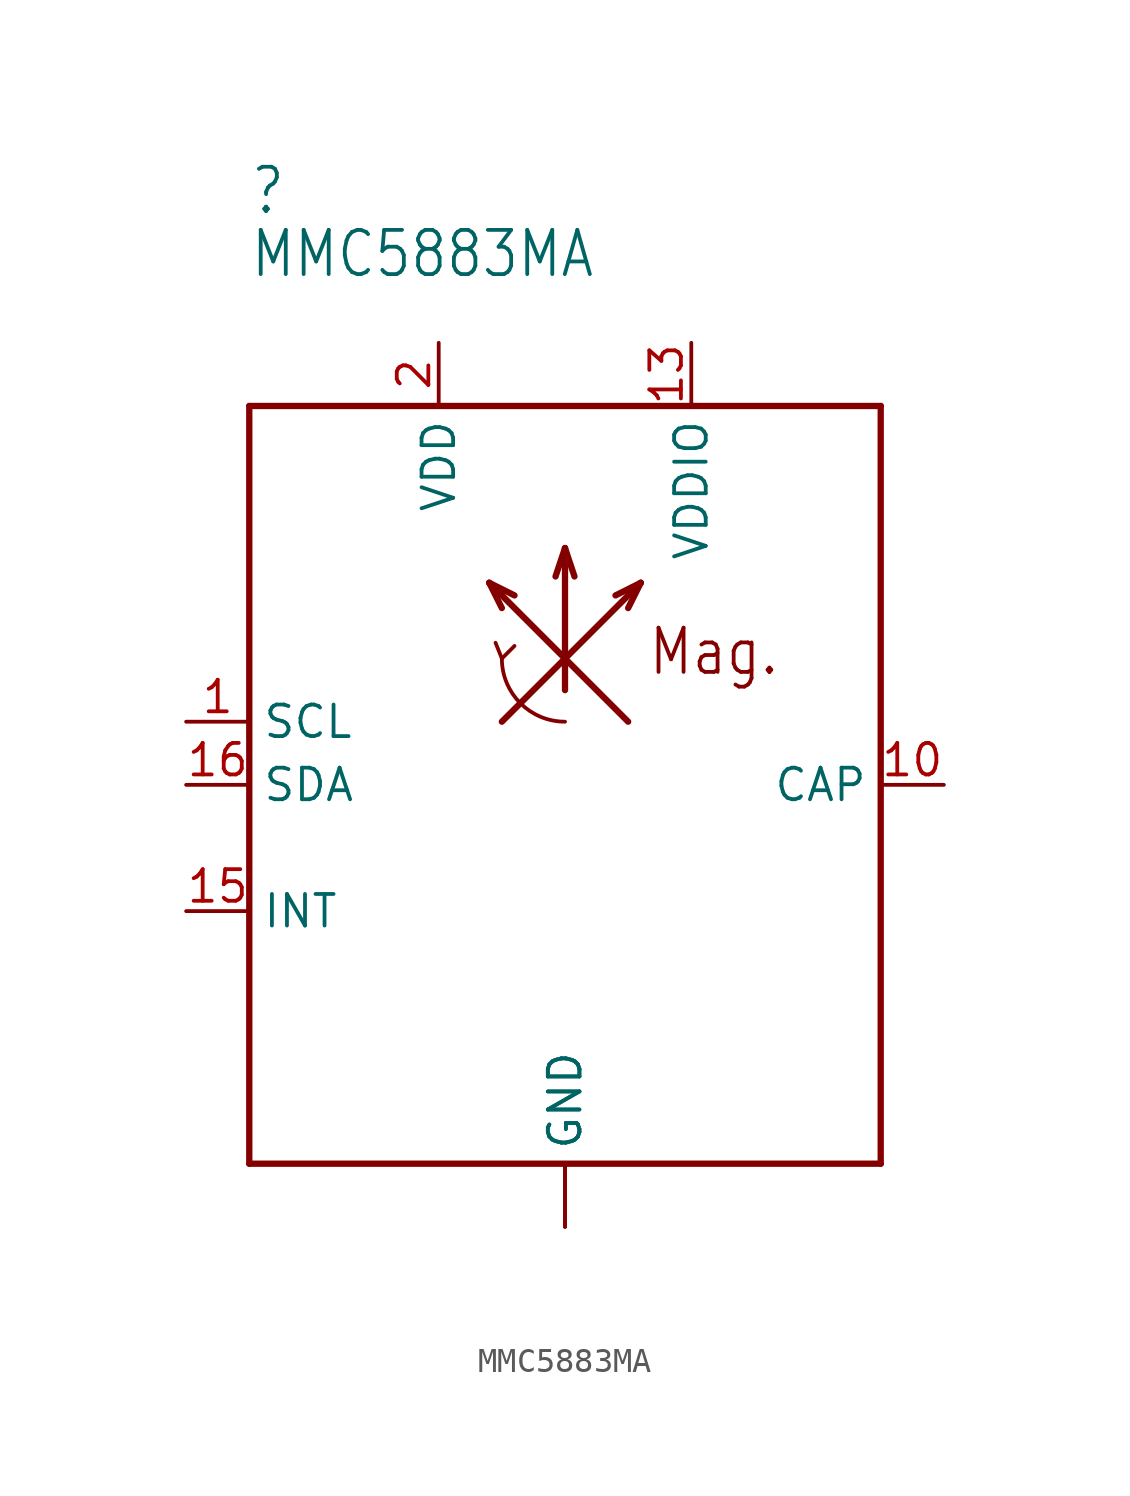
<source format=kicad_sym>
(kicad_symbol_lib
  (version 20211014)
  (generator kicad_symbol_editor)
  (symbol "MMC5883MA"
    (property "Reference" ""
      (at -12.7 22.86 0)
      (effects (font (size 1.778 1.511)) (justify left bottom)))
    (property "Value" "MMC5883MA"
      (at -12.7 20.32 0)
      (effects (font (size 1.778 1.511)) (justify left bottom)))
    (property "ki_locked" ""
      (at 0 0 0)
      (effects (font (size 1.27 1.27))))
    (symbol "MMC5883MA_1_0"
      (arc (start -2.54 5.08) (mid -1.7961 3.2839) (end 0 2.54) (stroke (width 0.1524) (type default) (color 0 0 0 0)) (fill (type none)))
      (polyline (pts (xy -12.7 -15.24) (xy 12.7 -15.24)) (stroke (width 0.254) (type default) (color 0 0 0 0)) (fill (type none)))
      (polyline (pts (xy -12.7 15.24) (xy -12.7 -15.24)) (stroke (width 0.254) (type default) (color 0 0 0 0)) (fill (type none)))
      (polyline (pts (xy -3.048 8.128) (xy -2.54 7.112)) (stroke (width 0.254) (type default) (color 0 0 0 0)) (fill (type none)))
      (polyline (pts (xy -3.048 8.128) (xy -2.032 7.62)) (stroke (width 0.254) (type default) (color 0 0 0 0)) (fill (type none)))
      (polyline (pts (xy -3.048 8.128) (xy 2.54 2.54)) (stroke (width 0.254) (type default) (color 0 0 0 0)) (fill (type none)))
      (polyline (pts (xy -2.54 2.54) (xy 3.048 8.128)) (stroke (width 0.254) (type default) (color 0 0 0 0)) (fill (type none)))
      (polyline (pts (xy -2.54 5.08) (xy -2.794 5.715)) (stroke (width 0.152) (type default) (color 0 0 0 0)) (fill (type none)))
      (polyline (pts (xy -2.54 5.08) (xy -2.032 5.588)) (stroke (width 0.152) (type default) (color 0 0 0 0)) (fill (type none)))
      (polyline (pts (xy 0 3.81) (xy 0 9.525)) (stroke (width 0.254) (type default) (color 0 0 0 0)) (fill (type none)))
      (polyline (pts (xy 0 9.525) (xy -0.381 8.382)) (stroke (width 0.254) (type default) (color 0 0 0 0)) (fill (type none)))
      (polyline (pts (xy 0 9.525) (xy 0.381 8.382)) (stroke (width 0.254) (type default) (color 0 0 0 0)) (fill (type none)))
      (polyline (pts (xy 3.048 8.128) (xy 2.032 7.62)) (stroke (width 0.254) (type default) (color 0 0 0 0)) (fill (type none)))
      (polyline (pts (xy 3.048 8.128) (xy 2.54 7.112)) (stroke (width 0.254) (type default) (color 0 0 0 0)) (fill (type none)))
      (polyline (pts (xy 12.7 -15.24) (xy 12.7 15.24)) (stroke (width 0.254) (type default) (color 0 0 0 0)) (fill (type none)))
      (polyline (pts (xy 12.7 15.24) (xy -12.7 15.24)) (stroke (width 0.254) (type default) (color 0 0 0 0)) (fill (type none)))
      (text "Mag." (at 3.302 4.318 0) (effects (font (size 1.778 1.511)) (justify left bottom)))
      (pin input line (at -15.24 2.54 0) (length 2.54) (name "SCL" (effects (font (size 1.27 1.27)))) (number "1" (effects (font (size 1.27 1.27)))))
      (pin power_in line (at 15.24 0 180) (length 2.54) (name "CAP" (effects (font (size 1.27 1.27)))) (number "10" (effects (font (size 1.27 1.27)))))
      (pin power_in line (at 0 -17.78 90) (length 2.54) (name "GND" (effects (font (size 1.27 1.27)))) (number "11" (effects (font (size 0 0)))))
      (pin power_in line (at 5.08 17.78 270) (length 2.54) (name "VDDIO" (effects (font (size 1.27 1.27)))) (number "13" (effects (font (size 1.27 1.27)))))
      (pin output line (at -15.24 -5.08 0) (length 2.54) (name "INT" (effects (font (size 1.27 1.27)))) (number "15" (effects (font (size 1.27 1.27)))))
      (pin bidirectional line (at -15.24 0 0) (length 2.54) (name "SDA" (effects (font (size 1.27 1.27)))) (number "16" (effects (font (size 1.27 1.27)))))
      (pin power_in line (at -5.08 17.78 270) (length 2.54) (name "VDD" (effects (font (size 1.27 1.27)))) (number "2" (effects (font (size 1.27 1.27)))))
      (pin power_in line (at 0 -17.78 90) (length 2.54) (name "GND" (effects (font (size 1.27 1.27)))) (number "9" (effects (font (size 0 0))))))))
</source>
